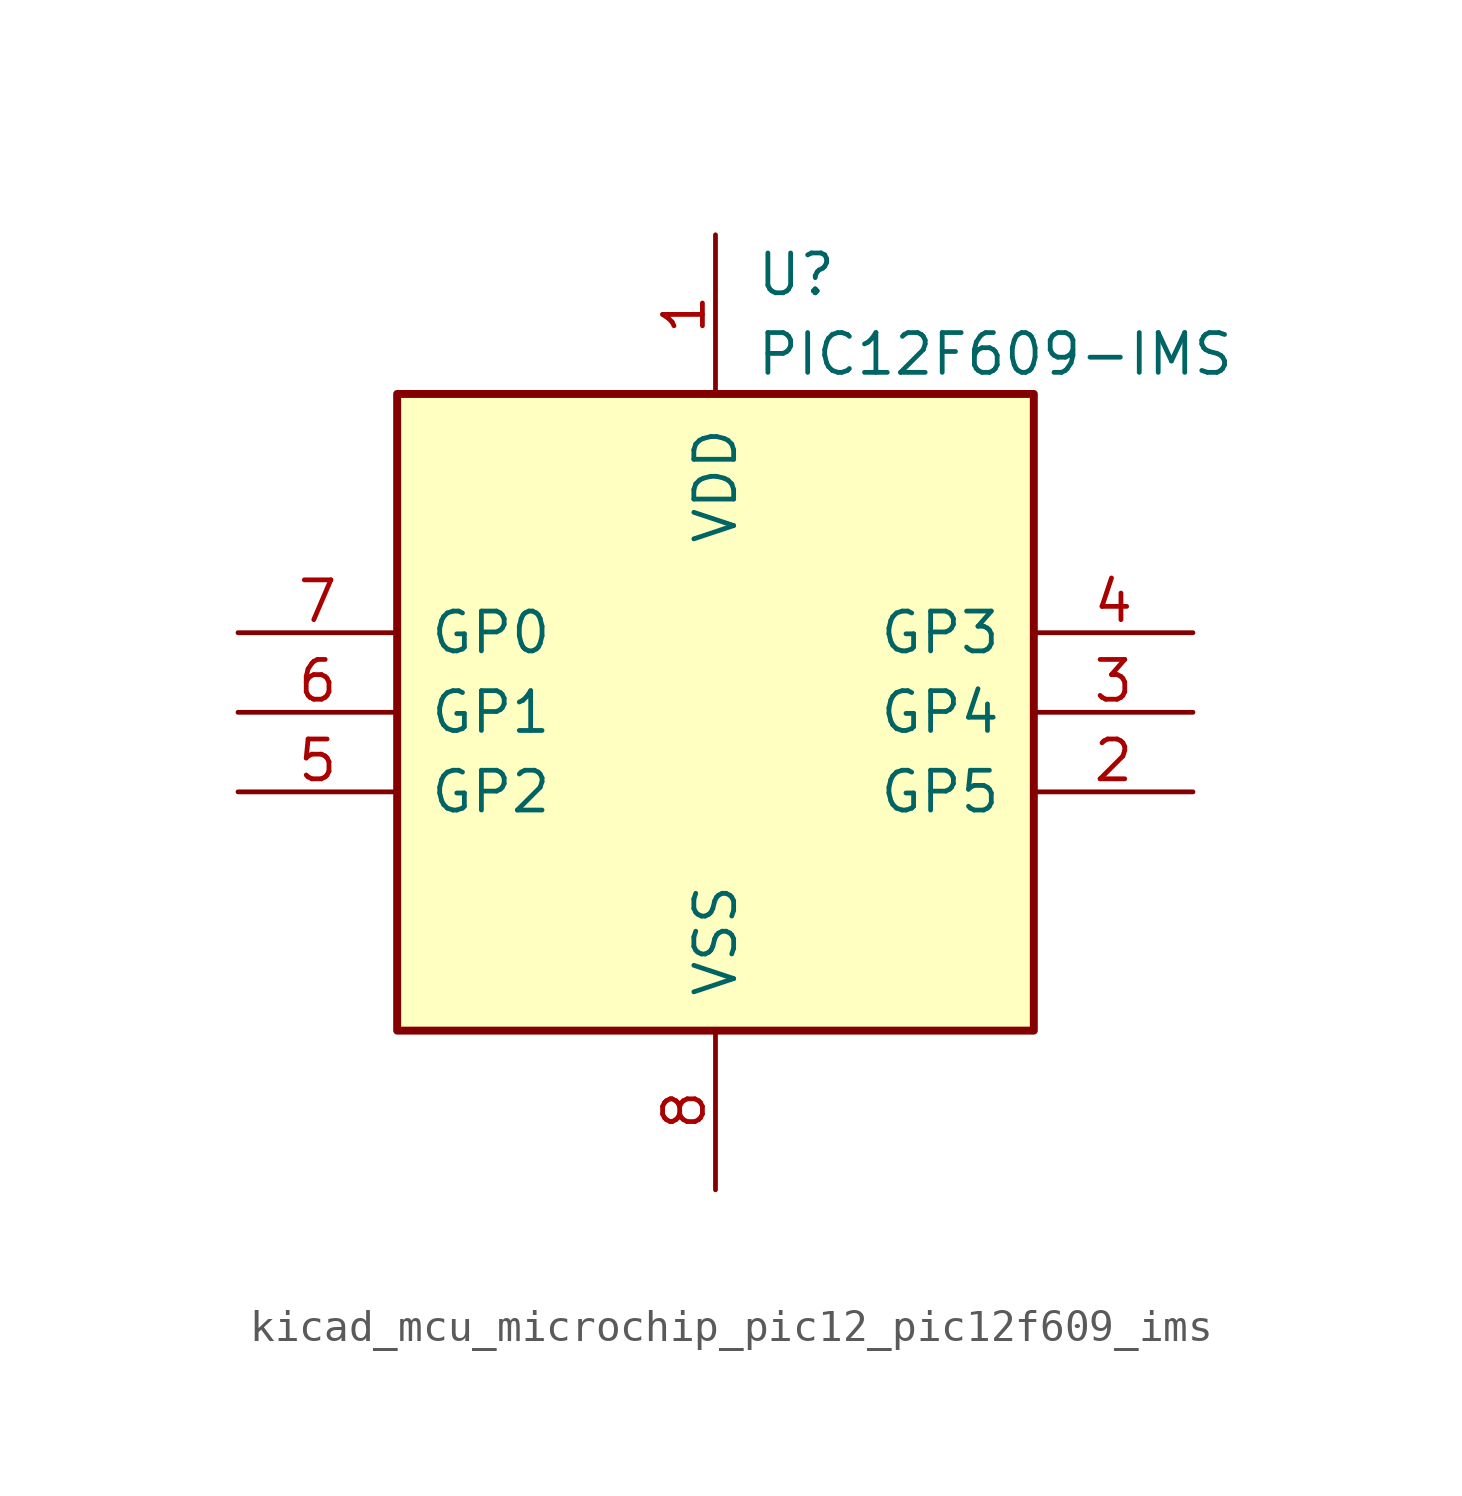
<source format=kicad_sym>
(kicad_symbol_lib
  (version 20220914)
  (generator kicad_symbol_editor)
  (symbol "kicad_mcu_microchip_pic12_pic12f609_ims"
    (pin_names
      (offset 1.016))
    (property "Reference" "U"
      (at 1.27 13.97 0)
      (effects (font (size 1.27 1.27)) (justify left)))
    (property "Value" "PIC12F609-IMS"
      (at 1.27 11.43 0)
      (effects (font (size 1.27 1.27)) (justify left)))
    (symbol "kicad_mcu_microchip_pic12_pic12f609_ims_0_1"
      (rectangle (start 10.16 -10.16) (end -10.16 10.16) (stroke (width 0.254) (type default)) (fill (type background))))
    (symbol "kicad_mcu_microchip_pic12_pic12f609_ims_1_1"
      (pin power_in line (at 0 15.24 270) (length 5.08) (name "VDD" (effects (font (size 1.27 1.27)))) (number "1" (effects (font (size 1.27 1.27)))))
      (pin bidirectional line (at 15.24 -2.54 180) (length 5.08) (name "GP5" (effects (font (size 1.27 1.27)))) (number "2" (effects (font (size 1.27 1.27)))))
      (pin bidirectional line (at 15.24 0 180) (length 5.08) (name "GP4" (effects (font (size 1.27 1.27)))) (number "3" (effects (font (size 1.27 1.27)))))
      (pin input line (at 15.24 2.54 180) (length 5.08) (name "GP3" (effects (font (size 1.27 1.27)))) (number "4" (effects (font (size 1.27 1.27)))))
      (pin bidirectional line (at -15.24 -2.54 0) (length 5.08) (name "GP2" (effects (font (size 1.27 1.27)))) (number "5" (effects (font (size 1.27 1.27)))))
      (pin bidirectional line (at -15.24 0 0) (length 5.08) (name "GP1" (effects (font (size 1.27 1.27)))) (number "6" (effects (font (size 1.27 1.27)))))
      (pin bidirectional line (at -15.24 2.54 0) (length 5.08) (name "GP0" (effects (font (size 1.27 1.27)))) (number "7" (effects (font (size 1.27 1.27)))))
      (pin power_in line (at 0 -15.24 90) (length 5.08) (name "VSS" (effects (font (size 1.27 1.27)))) (number "8" (effects (font (size 1.27 1.27))))))))
</source>
